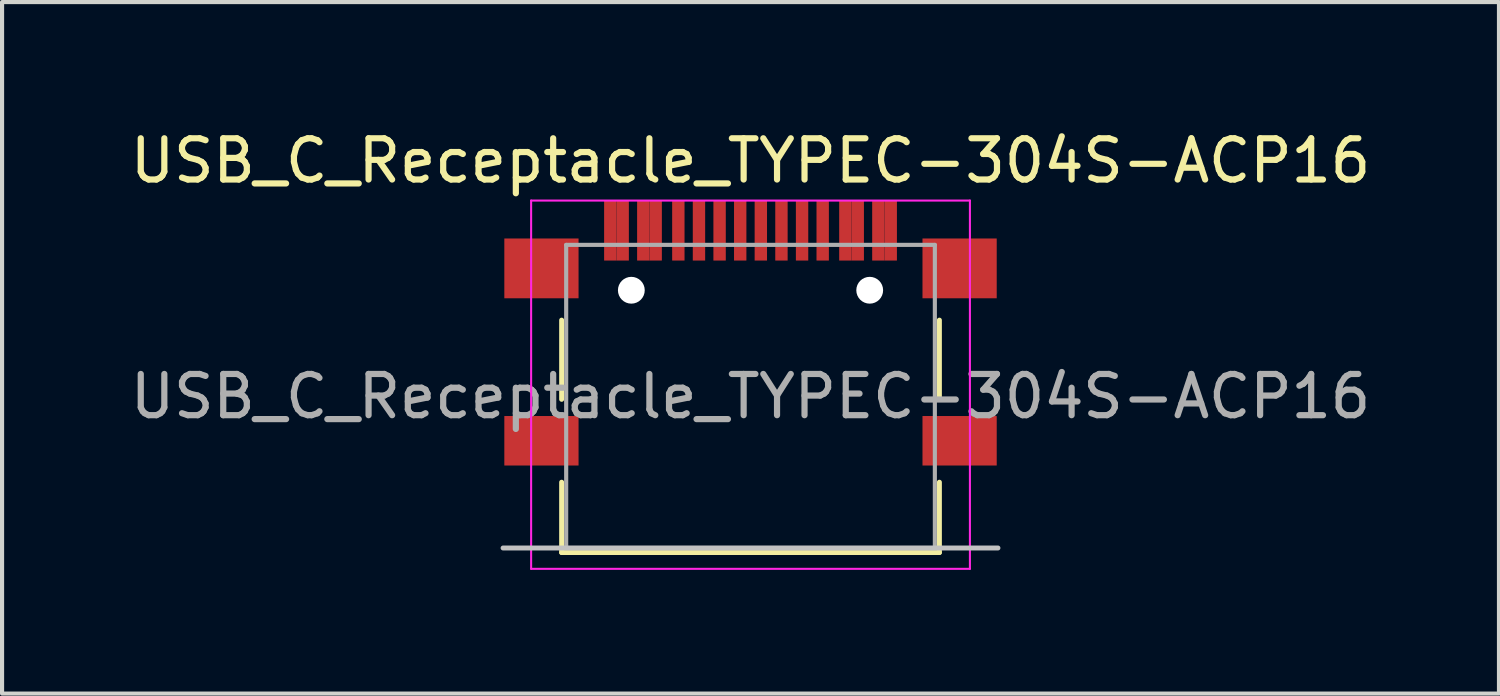
<source format=kicad_pcb>
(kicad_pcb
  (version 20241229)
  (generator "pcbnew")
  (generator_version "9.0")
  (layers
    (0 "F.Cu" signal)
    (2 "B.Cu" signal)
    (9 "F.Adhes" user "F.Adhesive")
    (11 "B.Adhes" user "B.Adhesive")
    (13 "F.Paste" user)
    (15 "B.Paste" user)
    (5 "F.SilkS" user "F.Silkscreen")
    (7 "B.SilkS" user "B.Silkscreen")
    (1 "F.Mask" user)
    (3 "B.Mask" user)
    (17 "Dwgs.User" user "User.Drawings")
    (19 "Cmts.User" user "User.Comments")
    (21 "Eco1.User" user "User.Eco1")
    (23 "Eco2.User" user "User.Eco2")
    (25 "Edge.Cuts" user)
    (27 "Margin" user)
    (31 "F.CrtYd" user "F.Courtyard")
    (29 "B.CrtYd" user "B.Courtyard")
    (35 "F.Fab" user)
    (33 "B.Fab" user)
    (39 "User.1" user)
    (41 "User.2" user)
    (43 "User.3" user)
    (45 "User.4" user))
  (footprint "USB_C_Receptacle_TYPEC-304S-ACP16"
    (layer "F.Cu")
    (at 15.149 7.638)
    (property "Reference" "USB_C_Receptacle_TYPEC-304S-ACP16" (at 0 -6.79 0) (layer "F.SilkS") (effects (font (size 1 1) (thickness 0.15))))
    (attr smd)
    (fp_line (start -4.58 -2.925) (end -4.58 -1.005) (stroke (width 0.12) (type solid)) (layer "F.SilkS"))
    (fp_line (start -4.58 2.71) (end -4.58 1.005) (stroke (width 0.12) (type solid)) (layer "F.SilkS"))
    (fp_line (start 4.58 -1.005) (end 4.58 -2.925) (stroke (width 0.12) (type solid)) (layer "F.SilkS"))
    (fp_line (start 4.58 1.005) (end 4.58 2.71) (stroke (width 0.12) (type solid)) (layer "F.SilkS"))
    (fp_line (start 4.58 2.71) (end -4.58 2.71) (stroke (width 0.12) (type solid)) (layer "F.SilkS"))
    (fp_line (start 6 2.6) (end -6 2.6) (stroke (width 0.12) (type solid)) (layer "Dwgs.User"))
    (fp_line (start -5.32 -5.825) (end 5.32 -5.825) (stroke (width 0.05) (type solid)) (layer "F.CrtYd"))
    (fp_line (start -5.32 3.105) (end -5.32 -5.825) (stroke (width 0.05) (type solid)) (layer "F.CrtYd"))
    (fp_line (start 5.32 -5.825) (end 5.32 3.105) (stroke (width 0.05) (type solid)) (layer "F.CrtYd"))
    (fp_line (start 5.32 3.105) (end -5.32 3.105) (stroke (width 0.05) (type solid)) (layer "F.CrtYd"))
    (fp_line (start -4.47 -4.75) (end -4.47 2.6) (stroke (width 0.1) (type solid)) (layer "F.Fab"))
    (fp_line (start -4.47 -4.75) (end 4.47 -4.75) (stroke (width 0.1) (type solid)) (layer "F.Fab"))
    (fp_line (start -4.47 2.6) (end 4.47 2.6) (stroke (width 0.1) (type solid)) (layer "F.Fab"))
    (fp_line (start 4.47 2.6) (end 4.47 -4.75) (stroke (width 0.1) (type solid)) (layer "F.Fab"))
    (fp_text user "${REFERENCE}" (at 0 -1.075 0) (layer "F.Fab") (effects (font (size 1 1) (thickness 0.15))))
    (pad "" np_thru_hole circle (at -2.89 -3.65) (size 0.65 0.65) (drill 0.65) (layers "*.Cu" "*.Mask"))
    (pad "" np_thru_hole circle (at 2.89 -3.65) (size 0.65 0.65) (drill 0.65) (layers "*.Cu" "*.Mask"))
    (pad "A1" smd rect (at -3.4 -5.095) (size 0.3 1.45) (layers "F.Cu" "F.Mask" "F.Paste"))
    (pad "A4" smd rect (at -2.6 -5.095) (size 0.3 1.45) (layers "F.Cu" "F.Mask" "F.Paste"))
    (pad "A5" smd rect (at -1.25 -5.095) (size 0.3 1.45) (layers "F.Cu" "F.Mask" "F.Paste"))
    (pad "A6" smd rect (at -0.25 -5.095) (size 0.3 1.45) (layers "F.Cu" "F.Mask" "F.Paste"))
    (pad "A7" smd rect (at 0.25 -5.095) (size 0.3 1.45) (layers "F.Cu" "F.Mask" "F.Paste"))
    (pad "A8" smd rect (at 1.25 -5.095) (size 0.3 1.45) (layers "F.Cu" "F.Mask" "F.Paste"))
    (pad "A9" smd rect (at 2.6 -5.095) (size 0.3 1.45) (layers "F.Cu" "F.Mask" "F.Paste"))
    (pad "A12" smd rect (at 3.4 -5.095) (size 0.3 1.45) (layers "F.Cu" "F.Mask" "F.Paste"))
    (pad "B1" smd rect (at 3.1 -5.095) (size 0.3 1.45) (layers "F.Cu" "F.Mask" "F.Paste"))
    (pad "B4" smd rect (at 2.3 -5.095) (size 0.3 1.45) (layers "F.Cu" "F.Mask" "F.Paste"))
    (pad "B5" smd rect (at 1.75 -5.095) (size 0.3 1.45) (layers "F.Cu" "F.Mask" "F.Paste"))
    (pad "B6" smd rect (at 0.75 -5.095) (size 0.3 1.45) (layers "F.Cu" "F.Mask" "F.Paste"))
    (pad "B7" smd rect (at -0.75 -5.095) (size 0.3 1.45) (layers "F.Cu" "F.Mask" "F.Paste"))
    (pad "B8" smd rect (at -1.75 -5.095) (size 0.3 1.45) (layers "F.Cu" "F.Mask" "F.Paste"))
    (pad "B9" smd rect (at -2.3 -5.095) (size 0.3 1.45) (layers "F.Cu" "F.Mask" "F.Paste"))
    (pad "B12" smd rect (at -3.1 -5.095) (size 0.3 1.45) (layers "F.Cu" "F.Mask" "F.Paste"))
    (pad "S1" smd rect (at -5.07 -4.18) (size 1.8 1.45) (layers "F.Cu" "F.Mask" "F.Paste"))
    (pad "S1" smd rect (at -5.07 0) (size 1.8 1.2) (layers "F.Cu" "F.Mask" "F.Paste"))
    (pad "S1" smd rect (at 5.07 -4.18) (size 1.8 1.45) (layers "F.Cu" "F.Mask" "F.Paste"))
    (pad "S1" smd rect (at 5.07 0) (size 1.8 1.2) (layers "F.Cu" "F.Mask" "F.Paste")))
  (gr_rect
    (start -3 -3)
    (end 33.298 13.768)
    (stroke (width 0.1) (type default))
    (fill no)
    (layer "Edge.Cuts")))
</source>
